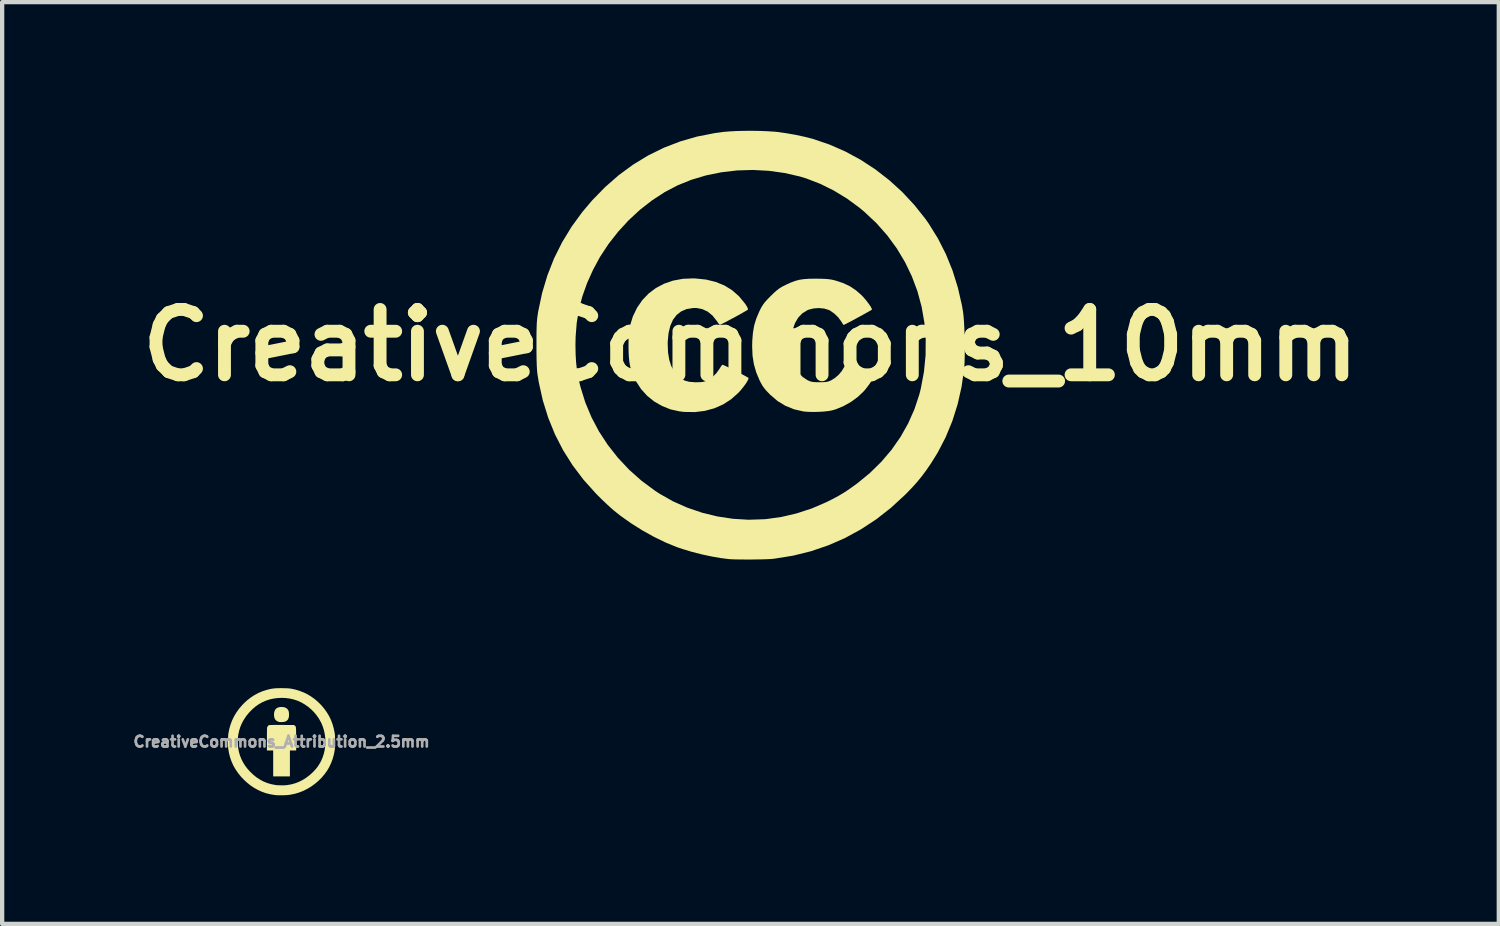
<source format=kicad_pcb>
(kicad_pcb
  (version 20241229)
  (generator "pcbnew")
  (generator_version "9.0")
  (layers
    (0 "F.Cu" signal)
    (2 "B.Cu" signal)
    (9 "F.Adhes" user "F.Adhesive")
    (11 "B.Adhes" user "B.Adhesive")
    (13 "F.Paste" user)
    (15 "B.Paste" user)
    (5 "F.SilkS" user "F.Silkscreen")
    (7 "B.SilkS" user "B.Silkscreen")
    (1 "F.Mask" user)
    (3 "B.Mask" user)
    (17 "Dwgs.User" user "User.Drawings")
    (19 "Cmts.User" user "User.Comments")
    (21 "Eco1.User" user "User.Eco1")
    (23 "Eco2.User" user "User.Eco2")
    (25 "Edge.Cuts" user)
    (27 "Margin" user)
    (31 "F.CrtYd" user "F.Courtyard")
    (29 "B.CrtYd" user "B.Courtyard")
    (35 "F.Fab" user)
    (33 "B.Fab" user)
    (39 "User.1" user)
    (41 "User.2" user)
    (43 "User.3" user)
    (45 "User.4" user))
  (footprint "CreativeCommons_10mm"
    (layer "F.Cu")
    (at 14.449 5)
    (property "Reference" "CreativeCommons_10mm" (at 0 0 0) (layer "F.SilkS") (effects (font (size 1.524 1.524) (thickness 0.3))))
    (attr board_only exclude_from_pos_files exclude_from_bom)
    (fp_poly (pts (xy -1.282 -1.557) (xy -1.034 -1.531) (xy -0.81 -1.476) (xy -0.607 -1.393) (xy -0.427 -1.282) (xy -0.267 -1.141) (xy -0.127 -0.971) (xy -0.101 -0.932) (xy -0.073 -0.884) (xy -0.059 -0.845) (xy -0.059 -0.832) (xy -0.076 -0.819) (xy -0.12 -0.793) (xy -0.184 -0.756) (xy -0.263 -0.711) (xy -0.351 -0.663) (xy -0.443 -0.614) (xy -0.531 -0.567) (xy -0.611 -0.525) (xy -0.677 -0.492) (xy -0.712 -0.476) (xy -0.728 -0.487) (xy -0.756 -0.522) (xy -0.787 -0.568) (xy -0.885 -0.692) (xy -0.998 -0.784) (xy -1.125 -0.843) (xy -1.264 -0.869) (xy -1.34 -0.868) (xy -1.488 -0.844) (xy -1.616 -0.789) (xy -1.722 -0.706) (xy -1.807 -0.594) (xy -1.869 -0.454) (xy -1.91 -0.285) (xy -1.929 -0.088) (xy -1.93 -0.027) (xy -1.922 0.169) (xy -1.895 0.337) (xy -1.849 0.482) (xy -1.78 0.608) (xy -1.708 0.7) (xy -1.625 0.774) (xy -1.534 0.824) (xy -1.425 0.853) (xy -1.293 0.863) (xy -1.273 0.863) (xy -1.18 0.862) (xy -1.112 0.855) (xy -1.057 0.841) (xy -1.016 0.825) (xy -0.902 0.755) (xy -0.801 0.659) (xy -0.723 0.551) (xy -0.692 0.5) (xy -0.666 0.465) (xy -0.653 0.455) (xy -0.63 0.463) (xy -0.581 0.484) (xy -0.514 0.516) (xy -0.434 0.556) (xy -0.347 0.599) (xy -0.261 0.643) (xy -0.182 0.685) (xy -0.115 0.721) (xy -0.068 0.748) (xy -0.046 0.762) (xy -0.046 0.763) (xy -0.049 0.789) (xy -0.072 0.837) (xy -0.111 0.899) (xy -0.163 0.969) (xy -0.222 1.043) (xy -0.28 1.107) (xy -0.448 1.257) (xy -0.636 1.379) (xy -0.842 1.47) (xy -1.063 1.53) (xy -1.296 1.559) (xy -1.54 1.555) (xy -1.655 1.542) (xy -1.863 1.496) (xy -2.061 1.417) (xy -2.245 1.311) (xy -2.409 1.179) (xy -2.549 1.025) (xy -2.662 0.851) (xy -2.68 0.815) (xy -2.735 0.698) (xy -2.776 0.593) (xy -2.806 0.49) (xy -2.825 0.381) (xy -2.837 0.258) (xy -2.843 0.112) (xy -2.844 0.027) (xy -2.843 -0.107) (xy -2.841 -0.212) (xy -2.836 -0.297) (xy -2.827 -0.368) (xy -2.814 -0.435) (xy -2.812 -0.445) (xy -2.743 -0.67) (xy -2.645 -0.873) (xy -2.522 -1.052) (xy -2.375 -1.206) (xy -2.205 -1.334) (xy -2.014 -1.435) (xy -1.804 -1.507) (xy -1.576 -1.549) (xy -1.334 -1.559)) (stroke (width 0) (type solid)) (fill yes) (layer "F.SilkS"))
    (fp_poly (pts (xy 1.536 -1.552) (xy 1.66 -1.55) (xy 1.756 -1.546) (xy 1.834 -1.539) (xy 1.902 -1.528) (xy 1.969 -1.512) (xy 1.973 -1.511) (xy 2.157 -1.451) (xy 2.316 -1.377) (xy 2.459 -1.281) (xy 2.587 -1.169) (xy 2.642 -1.111) (xy 2.698 -1.045) (xy 2.75 -0.977) (xy 2.793 -0.916) (xy 2.822 -0.866) (xy 2.832 -0.835) (xy 2.832 -0.832) (xy 2.816 -0.82) (xy 2.773 -0.795) (xy 2.71 -0.759) (xy 2.632 -0.716) (xy 2.545 -0.668) (xy 2.456 -0.62) (xy 2.37 -0.573) (xy 2.292 -0.532) (xy 2.229 -0.5) (xy 2.187 -0.479) (xy 2.171 -0.473) (xy 2.159 -0.487) (xy 2.136 -0.523) (xy 2.12 -0.55) (xy 2.048 -0.648) (xy 1.957 -0.737) (xy 1.859 -0.806) (xy 1.827 -0.822) (xy 1.72 -0.855) (xy 1.596 -0.867) (xy 1.47 -0.858) (xy 1.356 -0.829) (xy 1.326 -0.816) (xy 1.208 -0.743) (xy 1.112 -0.643) (xy 1.038 -0.516) (xy 0.983 -0.36) (xy 0.98 -0.345) (xy 0.966 -0.263) (xy 0.957 -0.157) (xy 0.954 -0.037) (xy 0.956 0.085) (xy 0.963 0.2) (xy 0.976 0.297) (xy 0.988 0.354) (xy 1.049 0.513) (xy 1.124 0.641) (xy 1.217 0.74) (xy 1.328 0.814) (xy 1.337 0.818) (xy 1.386 0.84) (xy 1.434 0.853) (xy 1.492 0.86) (xy 1.571 0.862) (xy 1.609 0.862) (xy 1.699 0.861) (xy 1.764 0.856) (xy 1.815 0.845) (xy 1.863 0.827) (xy 1.882 0.818) (xy 1.97 0.763) (xy 2.056 0.688) (xy 2.128 0.603) (xy 2.171 0.53) (xy 2.197 0.485) (xy 2.221 0.458) (xy 2.23 0.455) (xy 2.255 0.462) (xy 2.304 0.484) (xy 2.372 0.515) (xy 2.453 0.554) (xy 2.539 0.597) (xy 2.626 0.641) (xy 2.707 0.683) (xy 2.776 0.72) (xy 2.826 0.749) (xy 2.852 0.766) (xy 2.855 0.769) (xy 2.844 0.796) (xy 2.815 0.844) (xy 2.774 0.904) (xy 2.726 0.969) (xy 2.676 1.033) (xy 2.64 1.075) (xy 2.506 1.202) (xy 2.347 1.319) (xy 2.173 1.417) (xy 1.996 1.491) (xy 1.909 1.517) (xy 1.822 1.534) (xy 1.711 1.546) (xy 1.586 1.553) (xy 1.459 1.556) (xy 1.342 1.553) (xy 1.245 1.545) (xy 1.237 1.544) (xy 1.017 1.494) (xy 0.816 1.413) (xy 0.632 1.301) (xy 0.461 1.155) (xy 0.453 1.147) (xy 0.377 1.068) (xy 0.32 1.001) (xy 0.274 0.935) (xy 0.231 0.856) (xy 0.212 0.818) (xy 0.134 0.633) (xy 0.08 0.444) (xy 0.048 0.244) (xy 0.039 0.025) (xy 0.042 -0.109) (xy 0.058 -0.297) (xy 0.087 -0.463) (xy 0.134 -0.619) (xy 0.201 -0.778) (xy 0.211 -0.8) (xy 0.251 -0.878) (xy 0.29 -0.942) (xy 0.334 -1.001) (xy 0.391 -1.065) (xy 0.468 -1.144) (xy 0.472 -1.148) (xy 0.552 -1.226) (xy 0.617 -1.283) (xy 0.677 -1.328) (xy 0.741 -1.367) (xy 0.819 -1.406) (xy 0.934 -1.459) (xy 1.036 -1.498) (xy 1.135 -1.525) (xy 1.24 -1.541) (xy 1.36 -1.55) (xy 1.506 -1.552)) (stroke (width 0) (type solid)) (fill yes) (layer "F.SilkS"))
    (fp_poly (pts (xy 0.221 -4.997) (xy 0.397 -4.99) (xy 0.552 -4.98) (xy 0.626 -4.973) (xy 0.833 -4.944) (xy 1.046 -4.907) (xy 1.251 -4.863) (xy 1.437 -4.816) (xy 1.462 -4.809) (xy 1.841 -4.68) (xy 2.211 -4.518) (xy 2.569 -4.324) (xy 2.912 -4.1) (xy 3.237 -3.848) (xy 3.542 -3.57) (xy 3.823 -3.268) (xy 4.08 -2.945) (xy 4.162 -2.827) (xy 4.373 -2.486) (xy 4.557 -2.123) (xy 4.712 -1.741) (xy 4.836 -1.343) (xy 4.93 -0.933) (xy 4.956 -0.782) (xy 4.968 -0.682) (xy 4.978 -0.553) (xy 4.986 -0.403) (xy 4.992 -0.24) (xy 4.996 -0.071) (xy 4.998 0.097) (xy 4.996 0.255) (xy 4.992 0.397) (xy 4.985 0.513) (xy 4.983 0.54) (xy 4.923 0.964) (xy 4.831 1.373) (xy 4.707 1.767) (xy 4.552 2.143) (xy 4.366 2.502) (xy 4.21 2.753) (xy 4.101 2.912) (xy 3.998 3.051) (xy 3.892 3.181) (xy 3.776 3.311) (xy 3.641 3.451) (xy 3.601 3.491) (xy 3.276 3.79) (xy 2.934 4.058) (xy 2.575 4.293) (xy 2.201 4.497) (xy 1.811 4.667) (xy 1.408 4.804) (xy 0.991 4.907) (xy 0.561 4.976) (xy 0.518 4.981) (xy 0.453 4.986) (xy 0.36 4.99) (xy 0.245 4.993) (xy 0.116 4.995) (xy -0.019 4.997) (xy -0.152 4.996) (xy -0.277 4.995) (xy -0.384 4.993) (xy -0.468 4.989) (xy -0.5 4.987) (xy -0.696 4.962) (xy -0.913 4.924) (xy -1.141 4.875) (xy -1.368 4.817) (xy -1.582 4.752) (xy -1.714 4.708) (xy -1.976 4.601) (xy -2.248 4.469) (xy -2.521 4.317) (xy -2.786 4.15) (xy -3.033 3.975) (xy -3.191 3.849) (xy -3.267 3.782) (xy -3.358 3.698) (xy -3.457 3.604) (xy -3.554 3.508) (xy -3.61 3.451) (xy -3.896 3.132) (xy -4.149 2.797) (xy -4.37 2.446) (xy -4.559 2.077) (xy -4.716 1.691) (xy -4.842 1.287) (xy -4.936 0.865) (xy -4.966 0.682) (xy -4.976 0.594) (xy -4.983 0.471) (xy -4.988 0.314) (xy -4.99 0.121) (xy -4.99 0) (xy -4.081 0) (xy -4.077 0.213) (xy -4.066 0.401) (xy -4.046 0.578) (xy -4.015 0.754) (xy -3.972 0.941) (xy -3.963 0.975) (xy -3.852 1.333) (xy -3.708 1.678) (xy -3.532 2.011) (xy -3.325 2.327) (xy -3.09 2.625) (xy -2.828 2.904) (xy -2.54 3.16) (xy -2.228 3.391) (xy -2.117 3.464) (xy -1.805 3.64) (xy -1.474 3.787) (xy -1.128 3.905) (xy -0.772 3.992) (xy -0.408 4.047) (xy -0.043 4.069) (xy 0.321 4.057) (xy 0.364 4.054) (xy 0.722 4.004) (xy 1.08 3.92) (xy 1.431 3.805) (xy 1.768 3.66) (xy 1.778 3.655) (xy 1.926 3.581) (xy 2.053 3.512) (xy 2.17 3.443) (xy 2.286 3.367) (xy 2.414 3.276) (xy 2.491 3.22) (xy 2.785 2.979) (xy 3.052 2.717) (xy 3.291 2.436) (xy 3.5 2.136) (xy 3.678 1.82) (xy 3.824 1.49) (xy 3.937 1.148) (xy 3.972 1.009) (xy 4.045 0.62) (xy 4.083 0.233) (xy 4.086 -0.15) (xy 4.055 -0.527) (xy 3.991 -0.896) (xy 3.894 -1.256) (xy 3.764 -1.604) (xy 3.603 -1.939) (xy 3.411 -2.259) (xy 3.188 -2.563) (xy 2.936 -2.848) (xy 2.654 -3.112) (xy 2.543 -3.205) (xy 2.249 -3.421) (xy 1.941 -3.608) (xy 1.625 -3.764) (xy 1.304 -3.888) (xy 1.155 -3.934) (xy 0.796 -4.016) (xy 0.429 -4.067) (xy 0.058 -4.087) (xy -0.313 -4.076) (xy -0.679 -4.033) (xy -1.037 -3.96) (xy -1.381 -3.857) (xy -1.7 -3.728) (xy -2.001 -3.57) (xy -2.294 -3.379) (xy -2.575 -3.16) (xy -2.841 -2.914) (xy -3.087 -2.646) (xy -3.311 -2.36) (xy -3.51 -2.057) (xy -3.673 -1.755) (xy -3.812 -1.444) (xy -3.92 -1.14) (xy -3.999 -0.837) (xy -4.051 -0.527) (xy -4.077 -0.202) (xy -4.081 0) (xy -4.99 0) (xy -4.99 -0.018) (xy -4.99 -0.18) (xy -4.989 -0.312) (xy -4.986 -0.419) (xy -4.983 -0.508) (xy -4.977 -0.584) (xy -4.97 -0.654) (xy -4.96 -0.724) (xy -4.949 -0.791) (xy -4.858 -1.219) (xy -4.735 -1.629) (xy -4.581 -2.022) (xy -4.393 -2.399) (xy -4.173 -2.761) (xy -3.92 -3.108) (xy -3.693 -3.376) (xy -3.39 -3.687) (xy -3.071 -3.966) (xy -2.736 -4.212) (xy -2.386 -4.425) (xy -2.02 -4.605) (xy -1.639 -4.752) (xy -1.243 -4.866) (xy -0.831 -4.947) (xy -0.643 -4.973) (xy -0.504 -4.985) (xy -0.339 -4.994) (xy -0.156 -4.999) (xy 0.033 -5)) (stroke (width 0) (type solid)) (fill yes) (layer "F.SilkS")))
  (footprint "CreativeCommons_Attribution_2.5mm"
    (layer "F.Cu")
    (at 3.515 14.244)
    (property "Reference" "CreativeCommons_Attribution_2.5mm" (at 0 0 0) (layer "F.Fab") (effects (font (size 0.25 0.25) (thickness 0.3))))
    (attr board_only exclude_from_pos_files exclude_from_bom)
    (fp_poly (pts (xy 0.043 -0.806) (xy 0.079 -0.798) (xy 0.109 -0.784) (xy 0.134 -0.763) (xy 0.144 -0.751) (xy 0.158 -0.729) (xy 0.167 -0.705) (xy 0.172 -0.675) (xy 0.174 -0.639) (xy 0.174 -0.63) (xy 0.172 -0.585) (xy 0.163 -0.548) (xy 0.149 -0.518) (xy 0.128 -0.494) (xy 0.101 -0.476) (xy 0.067 -0.464) (xy 0.026 -0.458) (xy 0.014 -0.457) (xy -0.008 -0.457) (xy -0.03 -0.457) (xy -0.048 -0.459) (xy -0.05 -0.459) (xy -0.086 -0.47) (xy -0.117 -0.487) (xy -0.142 -0.51) (xy -0.159 -0.538) (xy -0.16 -0.539) (xy -0.169 -0.567) (xy -0.175 -0.601) (xy -0.176 -0.636) (xy -0.174 -0.668) (xy -0.165 -0.708) (xy -0.15 -0.741) (xy -0.13 -0.767) (xy -0.104 -0.787) (xy -0.072 -0.8) (xy -0.033 -0.808) (xy 0 -0.809)) (stroke (width 0) (type solid)) (fill yes) (layer "F.SilkS"))
    (fp_poly (pts (xy -0.061 -0.39) (xy 0.002 -0.39) (xy 0.005 -0.39) (xy 0.289 -0.389) (xy 0.306 -0.376) (xy 0.313 -0.371) (xy 0.318 -0.367) (xy 0.323 -0.362) (xy 0.327 -0.356) (xy 0.33 -0.349) (xy 0.333 -0.339) (xy 0.335 -0.327) (xy 0.336 -0.31) (xy 0.338 -0.289) (xy 0.338 -0.263) (xy 0.339 -0.231) (xy 0.339 -0.192) (xy 0.34 -0.146) (xy 0.34 -0.092) (xy 0.34 -0.065) (xy 0.341 0.205) (xy 0.195 0.205) (xy 0.195 0.809) (xy -0.195 0.809) (xy -0.195 0.205) (xy -0.341 0.205) (xy -0.341 -0.056) (xy -0.341 -0.118) (xy -0.341 -0.173) (xy -0.34 -0.221) (xy -0.34 -0.26) (xy -0.339 -0.292) (xy -0.338 -0.314) (xy -0.337 -0.329) (xy -0.336 -0.333) (xy -0.328 -0.351) (xy -0.315 -0.369) (xy -0.299 -0.382) (xy -0.292 -0.386) (xy -0.286 -0.387) (xy -0.275 -0.388) (xy -0.257 -0.389) (xy -0.233 -0.389) (xy -0.201 -0.39) (xy -0.163 -0.39) (xy -0.116 -0.39)) (stroke (width 0) (type solid)) (fill yes) (layer "F.SilkS"))
    (fp_poly (pts (xy 0.055 -1.247) (xy 0.099 -1.246) (xy 0.137 -1.245) (xy 0.171 -1.242) (xy 0.202 -1.239) (xy 0.233 -1.234) (xy 0.266 -1.227) (xy 0.301 -1.22) (xy 0.317 -1.216) (xy 0.417 -1.186) (xy 0.513 -1.149) (xy 0.606 -1.104) (xy 0.694 -1.05) (xy 0.779 -0.989) (xy 0.858 -0.919) (xy 0.928 -0.849) (xy 0.996 -0.768) (xy 1.056 -0.684) (xy 1.108 -0.598) (xy 1.152 -0.507) (xy 1.187 -0.413) (xy 1.216 -0.314) (xy 1.237 -0.21) (xy 1.242 -0.18) (xy 1.244 -0.158) (xy 1.246 -0.128) (xy 1.247 -0.093) (xy 1.248 -0.054) (xy 1.248 -0.013) (xy 1.248 0.03) (xy 1.247 0.071) (xy 1.246 0.11) (xy 1.244 0.145) (xy 1.242 0.174) (xy 1.24 0.194) (xy 1.22 0.3) (xy 1.192 0.401) (xy 1.156 0.497) (xy 1.113 0.589) (xy 1.062 0.676) (xy 1.002 0.759) (xy 0.935 0.838) (xy 0.86 0.913) (xy 0.782 0.979) (xy 0.695 1.043) (xy 0.604 1.098) (xy 0.511 1.145) (xy 0.413 1.184) (xy 0.313 1.214) (xy 0.209 1.235) (xy 0.152 1.243) (xy 0.133 1.245) (xy 0.107 1.246) (xy 0.076 1.248) (xy 0.043 1.249) (xy 0.009 1.249) (xy -0.025 1.25) (xy -0.057 1.25) (xy -0.085 1.249) (xy -0.107 1.248) (xy -0.122 1.247) (xy -0.123 1.247) (xy -0.132 1.246) (xy -0.148 1.244) (xy -0.167 1.241) (xy -0.175 1.241) (xy -0.273 1.224) (xy -0.37 1.199) (xy -0.465 1.165) (xy -0.557 1.122) (xy -0.646 1.072) (xy -0.733 1.013) (xy -0.815 0.946) (xy -0.872 0.893) (xy -0.948 0.814) (xy -1.015 0.73) (xy -1.074 0.644) (xy -1.125 0.554) (xy -1.167 0.46) (xy -1.201 0.363) (xy -1.226 0.263) (xy -1.243 0.159) (xy -1.246 0.135) (xy -1.248 0.108) (xy -1.249 0.074) (xy -1.249 0.036) (xy -1.249 0.021) (xy -1.02 0.021) (xy -1.019 0.067) (xy -1.016 0.108) (xy -1.012 0.143) (xy -1.012 0.145) (xy -0.994 0.238) (xy -0.969 0.325) (xy -0.935 0.409) (xy -0.894 0.489) (xy -0.845 0.566) (xy -0.787 0.641) (xy -0.734 0.699) (xy -0.662 0.768) (xy -0.587 0.829) (xy -0.508 0.881) (xy -0.427 0.925) (xy -0.341 0.961) (xy -0.252 0.988) (xy -0.159 1.007) (xy -0.133 1.011) (xy -0.103 1.014) (xy -0.066 1.016) (xy -0.025 1.017) (xy 0.017 1.018) (xy 0.059 1.017) (xy 0.098 1.015) (xy 0.13 1.012) (xy 0.135 1.011) (xy 0.228 0.995) (xy 0.318 0.97) (xy 0.404 0.937) (xy 0.488 0.895) (xy 0.568 0.845) (xy 0.646 0.787) (xy 0.722 0.719) (xy 0.734 0.707) (xy 0.788 0.65) (xy 0.834 0.594) (xy 0.874 0.535) (xy 0.91 0.473) (xy 0.925 0.443) (xy 0.96 0.361) (xy 0.987 0.275) (xy 1.007 0.187) (xy 1.018 0.096) (xy 1.022 0.004) (xy 1.019 -0.088) (xy 1.007 -0.179) (xy 0.988 -0.268) (xy 0.961 -0.354) (xy 0.927 -0.437) (xy 0.918 -0.454) (xy 0.873 -0.535) (xy 0.82 -0.611) (xy 0.761 -0.683) (xy 0.696 -0.749) (xy 0.625 -0.81) (xy 0.55 -0.863) (xy 0.471 -0.91) (xy 0.389 -0.949) (xy 0.359 -0.96) (xy 0.275 -0.987) (xy 0.188 -1.006) (xy 0.097 -1.018) (xy 0.006 -1.022) (xy -0.086 -1.018) (xy -0.177 -1.007) (xy -0.266 -0.988) (xy -0.282 -0.984) (xy -0.369 -0.955) (xy -0.452 -0.918) (xy -0.531 -0.873) (xy -0.607 -0.82) (xy -0.679 -0.758) (xy -0.693 -0.745) (xy -0.764 -0.671) (xy -0.826 -0.594) (xy -0.879 -0.514) (xy -0.925 -0.43) (xy -0.962 -0.343) (xy -0.99 -0.252) (xy -1.01 -0.158) (xy -1.012 -0.145) (xy -1.016 -0.111) (xy -1.019 -0.07) (xy -1.02 -0.025) (xy -1.02 0.021) (xy -1.249 0.021) (xy -1.249 -0.006) (xy -1.248 -0.048) (xy -1.247 -0.09) (xy -1.245 -0.128) (xy -1.243 -0.162) (xy -1.24 -0.189) (xy -1.239 -0.195) (xy -1.218 -0.3) (xy -1.189 -0.401) (xy -1.152 -0.499) (xy -1.106 -0.593) (xy -1.052 -0.683) (xy -0.989 -0.77) (xy -0.919 -0.852) (xy -0.88 -0.893) (xy -0.801 -0.966) (xy -0.718 -1.03) (xy -0.631 -1.087) (xy -0.541 -1.135) (xy -0.447 -1.175) (xy -0.349 -1.207) (xy -0.266 -1.227) (xy -0.236 -1.233) (xy -0.21 -1.237) (xy -0.185 -1.241) (xy -0.161 -1.243) (xy -0.134 -1.245) (xy -0.105 -1.247) (xy -0.071 -1.247) (xy -0.031 -1.248) (xy 0.005 -1.248)) (stroke (width 0) (type solid)) (fill yes) (layer "F.SilkS")))
  (gr_rect
    (start -3 -3)
    (end 31.898 18.493)
    (stroke (width 0.1) (type default))
    (fill no)
    (layer "Edge.Cuts")))
</source>
